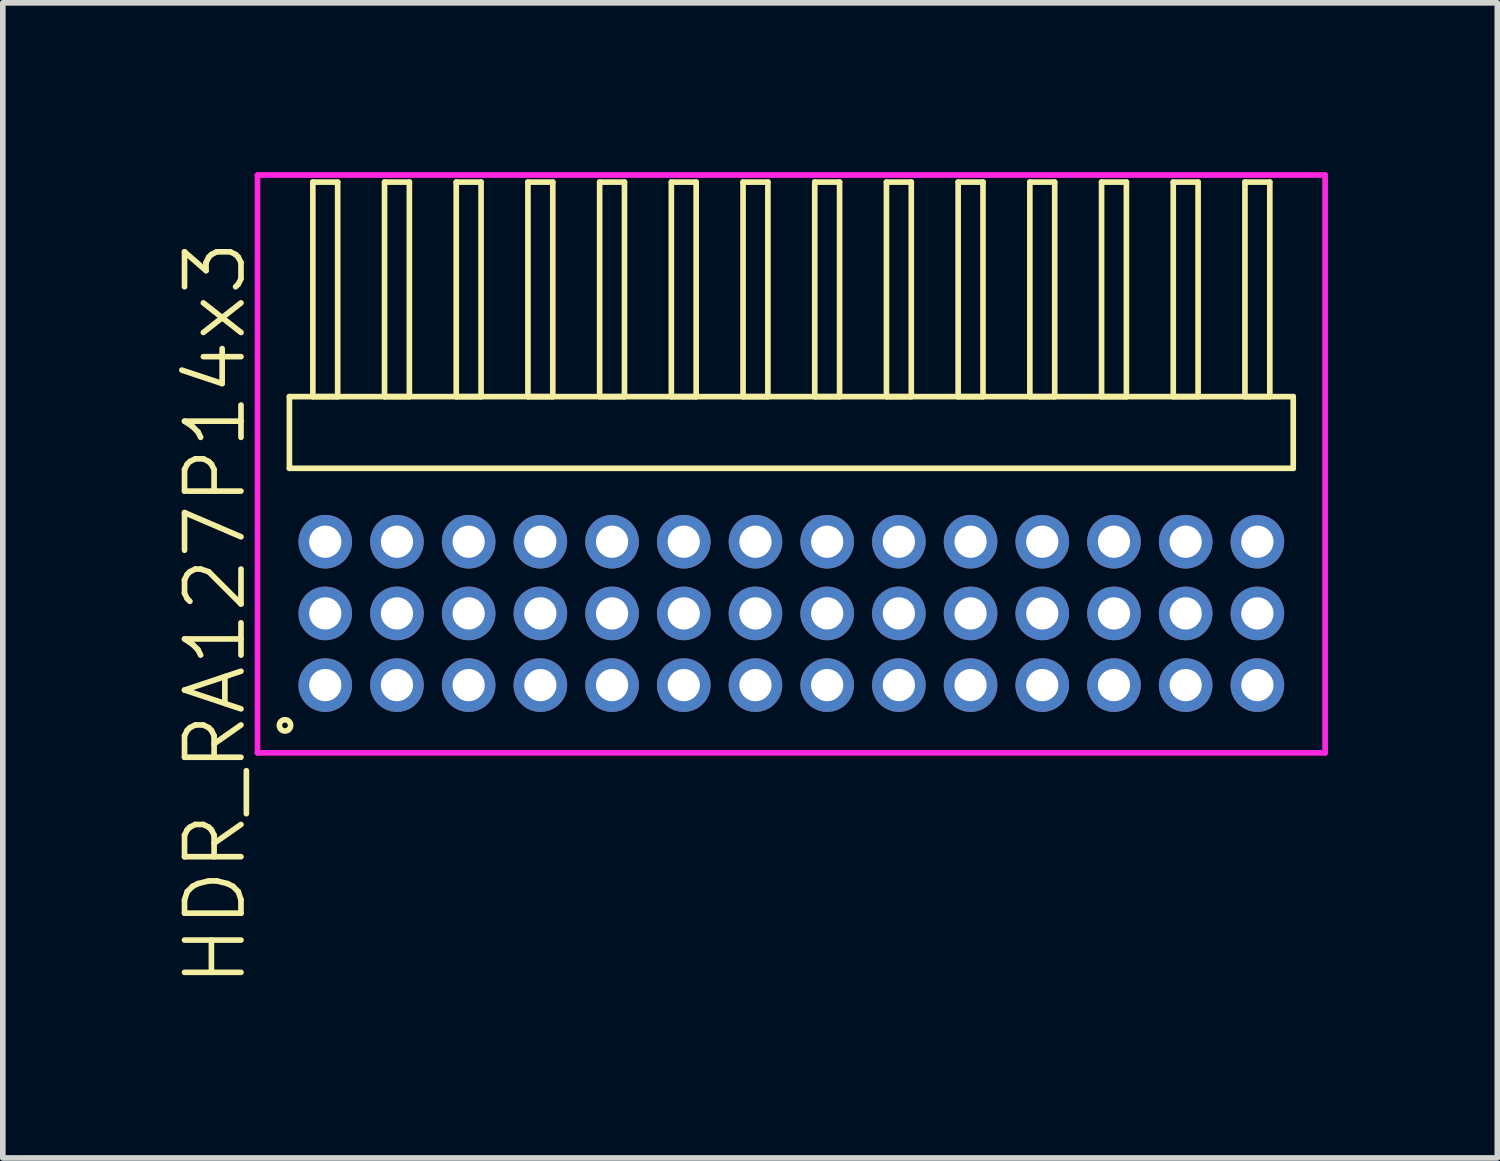
<source format=kicad_pcb>
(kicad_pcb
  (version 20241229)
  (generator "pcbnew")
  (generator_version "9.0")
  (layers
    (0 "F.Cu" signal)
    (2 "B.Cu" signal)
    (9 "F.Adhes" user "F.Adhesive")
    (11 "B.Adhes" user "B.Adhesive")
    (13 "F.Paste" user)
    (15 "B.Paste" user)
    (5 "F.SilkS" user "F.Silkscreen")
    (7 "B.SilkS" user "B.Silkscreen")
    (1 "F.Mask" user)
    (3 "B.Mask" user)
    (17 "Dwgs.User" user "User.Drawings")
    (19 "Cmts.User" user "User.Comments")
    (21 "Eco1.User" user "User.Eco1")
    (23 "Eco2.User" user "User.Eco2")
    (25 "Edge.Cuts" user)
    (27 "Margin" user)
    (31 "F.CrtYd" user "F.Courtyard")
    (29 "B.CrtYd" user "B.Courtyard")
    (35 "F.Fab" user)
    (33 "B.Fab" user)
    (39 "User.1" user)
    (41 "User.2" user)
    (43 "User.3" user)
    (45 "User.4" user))
  (footprint "HDR_RA127P14x3"
    (layer "F.Cu")
    (at 10.966 7.815)
    (property "Reference" "HDR_RA127P14x3" (at -10.205 0 90) (layer "F.SilkS") (effects (font (size 1 1) (thickness 0.1))))
    (attr through_hole)
    (fp_line (start -8.89 -3.84) (end -8.89 -2.57) (stroke (width 0.1) (type solid)) (layer "F.SilkS"))
    (fp_line (start -8.89 -2.57) (end 8.89 -2.57) (stroke (width 0.1) (type solid)) (layer "F.SilkS"))
    (fp_line (start -8.475 -7.64) (end -8.475 -3.84) (stroke (width 0.1) (type solid)) (layer "F.SilkS"))
    (fp_line (start -8.475 -3.84) (end -8.035 -3.84) (stroke (width 0.1) (type solid)) (layer "F.SilkS"))
    (fp_line (start -8.035 -7.64) (end -8.475 -7.64) (stroke (width 0.1) (type solid)) (layer "F.SilkS"))
    (fp_line (start -8.035 -3.84) (end -8.035 -7.64) (stroke (width 0.1) (type solid)) (layer "F.SilkS"))
    (fp_line (start -7.205 -7.64) (end -7.205 -3.84) (stroke (width 0.1) (type solid)) (layer "F.SilkS"))
    (fp_line (start -7.205 -3.84) (end -6.765 -3.84) (stroke (width 0.1) (type solid)) (layer "F.SilkS"))
    (fp_line (start -6.765 -7.64) (end -7.205 -7.64) (stroke (width 0.1) (type solid)) (layer "F.SilkS"))
    (fp_line (start -6.765 -3.84) (end -6.765 -7.64) (stroke (width 0.1) (type solid)) (layer "F.SilkS"))
    (fp_line (start -5.935 -7.64) (end -5.935 -3.84) (stroke (width 0.1) (type solid)) (layer "F.SilkS"))
    (fp_line (start -5.935 -3.84) (end -5.495 -3.84) (stroke (width 0.1) (type solid)) (layer "F.SilkS"))
    (fp_line (start -5.495 -7.64) (end -5.935 -7.64) (stroke (width 0.1) (type solid)) (layer "F.SilkS"))
    (fp_line (start -5.495 -3.84) (end -5.495 -7.64) (stroke (width 0.1) (type solid)) (layer "F.SilkS"))
    (fp_line (start -4.665 -7.64) (end -4.665 -3.84) (stroke (width 0.1) (type solid)) (layer "F.SilkS"))
    (fp_line (start -4.665 -3.84) (end -4.225 -3.84) (stroke (width 0.1) (type solid)) (layer "F.SilkS"))
    (fp_line (start -4.225 -7.64) (end -4.665 -7.64) (stroke (width 0.1) (type solid)) (layer "F.SilkS"))
    (fp_line (start -4.225 -3.84) (end -4.225 -7.64) (stroke (width 0.1) (type solid)) (layer "F.SilkS"))
    (fp_line (start -3.395 -7.64) (end -3.395 -3.84) (stroke (width 0.1) (type solid)) (layer "F.SilkS"))
    (fp_line (start -3.395 -3.84) (end -2.955 -3.84) (stroke (width 0.1) (type solid)) (layer "F.SilkS"))
    (fp_line (start -2.955 -7.64) (end -3.395 -7.64) (stroke (width 0.1) (type solid)) (layer "F.SilkS"))
    (fp_line (start -2.955 -3.84) (end -2.955 -7.64) (stroke (width 0.1) (type solid)) (layer "F.SilkS"))
    (fp_line (start -2.125 -7.64) (end -2.125 -3.84) (stroke (width 0.1) (type solid)) (layer "F.SilkS"))
    (fp_line (start -2.125 -3.84) (end -1.685 -3.84) (stroke (width 0.1) (type solid)) (layer "F.SilkS"))
    (fp_line (start -1.685 -7.64) (end -2.125 -7.64) (stroke (width 0.1) (type solid)) (layer "F.SilkS"))
    (fp_line (start -1.685 -3.84) (end -1.685 -7.64) (stroke (width 0.1) (type solid)) (layer "F.SilkS"))
    (fp_line (start -0.855 -7.64) (end -0.855 -3.84) (stroke (width 0.1) (type solid)) (layer "F.SilkS"))
    (fp_line (start -0.855 -3.84) (end -0.415 -3.84) (stroke (width 0.1) (type solid)) (layer "F.SilkS"))
    (fp_line (start -0.415 -7.64) (end -0.855 -7.64) (stroke (width 0.1) (type solid)) (layer "F.SilkS"))
    (fp_line (start -0.415 -3.84) (end -0.415 -7.64) (stroke (width 0.1) (type solid)) (layer "F.SilkS"))
    (fp_line (start 0.415 -7.64) (end 0.415 -3.84) (stroke (width 0.1) (type solid)) (layer "F.SilkS"))
    (fp_line (start 0.415 -3.84) (end 0.855 -3.84) (stroke (width 0.1) (type solid)) (layer "F.SilkS"))
    (fp_line (start 0.855 -7.64) (end 0.415 -7.64) (stroke (width 0.1) (type solid)) (layer "F.SilkS"))
    (fp_line (start 0.855 -3.84) (end 0.855 -7.64) (stroke (width 0.1) (type solid)) (layer "F.SilkS"))
    (fp_line (start 1.685 -7.64) (end 1.685 -3.84) (stroke (width 0.1) (type solid)) (layer "F.SilkS"))
    (fp_line (start 1.685 -3.84) (end 2.125 -3.84) (stroke (width 0.1) (type solid)) (layer "F.SilkS"))
    (fp_line (start 2.125 -7.64) (end 1.685 -7.64) (stroke (width 0.1) (type solid)) (layer "F.SilkS"))
    (fp_line (start 2.125 -3.84) (end 2.125 -7.64) (stroke (width 0.1) (type solid)) (layer "F.SilkS"))
    (fp_line (start 2.955 -7.64) (end 2.955 -3.84) (stroke (width 0.1) (type solid)) (layer "F.SilkS"))
    (fp_line (start 2.955 -3.84) (end 3.395 -3.84) (stroke (width 0.1) (type solid)) (layer "F.SilkS"))
    (fp_line (start 3.395 -7.64) (end 2.955 -7.64) (stroke (width 0.1) (type solid)) (layer "F.SilkS"))
    (fp_line (start 3.395 -3.84) (end 3.395 -7.64) (stroke (width 0.1) (type solid)) (layer "F.SilkS"))
    (fp_line (start 4.225 -7.64) (end 4.225 -3.84) (stroke (width 0.1) (type solid)) (layer "F.SilkS"))
    (fp_line (start 4.225 -3.84) (end 4.665 -3.84) (stroke (width 0.1) (type solid)) (layer "F.SilkS"))
    (fp_line (start 4.665 -7.64) (end 4.225 -7.64) (stroke (width 0.1) (type solid)) (layer "F.SilkS"))
    (fp_line (start 4.665 -3.84) (end 4.665 -7.64) (stroke (width 0.1) (type solid)) (layer "F.SilkS"))
    (fp_line (start 5.495 -7.64) (end 5.495 -3.84) (stroke (width 0.1) (type solid)) (layer "F.SilkS"))
    (fp_line (start 5.495 -3.84) (end 5.935 -3.84) (stroke (width 0.1) (type solid)) (layer "F.SilkS"))
    (fp_line (start 5.935 -7.64) (end 5.495 -7.64) (stroke (width 0.1) (type solid)) (layer "F.SilkS"))
    (fp_line (start 5.935 -3.84) (end 5.935 -7.64) (stroke (width 0.1) (type solid)) (layer "F.SilkS"))
    (fp_line (start 6.765 -7.64) (end 6.765 -3.84) (stroke (width 0.1) (type solid)) (layer "F.SilkS"))
    (fp_line (start 6.765 -3.84) (end 7.205 -3.84) (stroke (width 0.1) (type solid)) (layer "F.SilkS"))
    (fp_line (start 7.205 -7.64) (end 6.765 -7.64) (stroke (width 0.1) (type solid)) (layer "F.SilkS"))
    (fp_line (start 7.205 -3.84) (end 7.205 -7.64) (stroke (width 0.1) (type solid)) (layer "F.SilkS"))
    (fp_line (start 8.035 -7.64) (end 8.035 -3.84) (stroke (width 0.1) (type solid)) (layer "F.SilkS"))
    (fp_line (start 8.035 -3.84) (end 8.475 -3.84) (stroke (width 0.1) (type solid)) (layer "F.SilkS"))
    (fp_line (start 8.475 -7.64) (end 8.035 -7.64) (stroke (width 0.1) (type solid)) (layer "F.SilkS"))
    (fp_line (start 8.475 -3.84) (end 8.475 -7.64) (stroke (width 0.1) (type solid)) (layer "F.SilkS"))
    (fp_line (start 8.89 -3.84) (end -8.89 -3.84) (stroke (width 0.1) (type solid)) (layer "F.SilkS"))
    (fp_line (start 8.89 -2.57) (end 8.89 -3.84) (stroke (width 0.1) (type solid)) (layer "F.SilkS"))
    (fp_circle (center -8.968 1.983) (end -8.868 1.983) (stroke (width 0.1) (type solid)) (fill no) (layer "F.SilkS"))
    (fp_line (start -9.455 -7.765) (end -9.455 2.47) (stroke (width 0.1) (type solid)) (layer "F.CrtYd"))
    (fp_line (start -9.455 2.47) (end 9.455 2.47) (stroke (width 0.1) (type solid)) (layer "F.CrtYd"))
    (fp_line (start 9.455 -7.765) (end -9.455 -7.765) (stroke (width 0.1) (type solid)) (layer "F.CrtYd"))
    (fp_line (start 9.455 2.47) (end 9.455 -7.765) (stroke (width 0.1) (type solid)) (layer "F.CrtYd"))
    (pad "1" thru_hole oval (at -8.255 1.27) (size 0.95 0.95) (drill 0.57) (layers "*.Cu" "*.Mask"))
    (pad "2" thru_hole oval (at -8.255 0) (size 0.95 0.95) (drill 0.57) (layers "*.Cu" "*.Mask"))
    (pad "3" thru_hole oval (at -8.255 -1.27) (size 0.95 0.95) (drill 0.57) (layers "*.Cu" "*.Mask"))
    (pad "4" thru_hole oval (at -6.985 1.27) (size 0.95 0.95) (drill 0.57) (layers "*.Cu" "*.Mask"))
    (pad "5" thru_hole oval (at -6.985 0) (size 0.95 0.95) (drill 0.57) (layers "*.Cu" "*.Mask"))
    (pad "6" thru_hole oval (at -6.985 -1.27) (size 0.95 0.95) (drill 0.57) (layers "*.Cu" "*.Mask"))
    (pad "7" thru_hole oval (at -5.715 1.27) (size 0.95 0.95) (drill 0.57) (layers "*.Cu" "*.Mask"))
    (pad "8" thru_hole oval (at -5.715 0) (size 0.95 0.95) (drill 0.57) (layers "*.Cu" "*.Mask"))
    (pad "9" thru_hole oval (at -5.715 -1.27) (size 0.95 0.95) (drill 0.57) (layers "*.Cu" "*.Mask"))
    (pad "10" thru_hole oval (at -4.445 1.27) (size 0.95 0.95) (drill 0.57) (layers "*.Cu" "*.Mask"))
    (pad "11" thru_hole oval (at -4.445 0) (size 0.95 0.95) (drill 0.57) (layers "*.Cu" "*.Mask"))
    (pad "12" thru_hole oval (at -4.445 -1.27) (size 0.95 0.95) (drill 0.57) (layers "*.Cu" "*.Mask"))
    (pad "13" thru_hole oval (at -3.175 1.27) (size 0.95 0.95) (drill 0.57) (layers "*.Cu" "*.Mask"))
    (pad "14" thru_hole oval (at -3.175 0) (size 0.95 0.95) (drill 0.57) (layers "*.Cu" "*.Mask"))
    (pad "15" thru_hole oval (at -3.175 -1.27) (size 0.95 0.95) (drill 0.57) (layers "*.Cu" "*.Mask"))
    (pad "16" thru_hole oval (at -1.905 1.27) (size 0.95 0.95) (drill 0.57) (layers "*.Cu" "*.Mask"))
    (pad "17" thru_hole oval (at -1.905 0) (size 0.95 0.95) (drill 0.57) (layers "*.Cu" "*.Mask"))
    (pad "18" thru_hole oval (at -1.905 -1.27) (size 0.95 0.95) (drill 0.57) (layers "*.Cu" "*.Mask"))
    (pad "19" thru_hole oval (at -0.635 1.27) (size 0.95 0.95) (drill 0.57) (layers "*.Cu" "*.Mask"))
    (pad "20" thru_hole oval (at -0.635 0) (size 0.95 0.95) (drill 0.57) (layers "*.Cu" "*.Mask"))
    (pad "21" thru_hole oval (at -0.635 -1.27) (size 0.95 0.95) (drill 0.57) (layers "*.Cu" "*.Mask"))
    (pad "22" thru_hole oval (at 0.635 1.27) (size 0.95 0.95) (drill 0.57) (layers "*.Cu" "*.Mask"))
    (pad "23" thru_hole oval (at 0.635 0) (size 0.95 0.95) (drill 0.57) (layers "*.Cu" "*.Mask"))
    (pad "24" thru_hole oval (at 0.635 -1.27) (size 0.95 0.95) (drill 0.57) (layers "*.Cu" "*.Mask"))
    (pad "25" thru_hole oval (at 1.905 1.27) (size 0.95 0.95) (drill 0.57) (layers "*.Cu" "*.Mask"))
    (pad "26" thru_hole oval (at 1.905 0) (size 0.95 0.95) (drill 0.57) (layers "*.Cu" "*.Mask"))
    (pad "27" thru_hole oval (at 1.905 -1.27) (size 0.95 0.95) (drill 0.57) (layers "*.Cu" "*.Mask"))
    (pad "28" thru_hole oval (at 3.175 1.27) (size 0.95 0.95) (drill 0.57) (layers "*.Cu" "*.Mask"))
    (pad "29" thru_hole oval (at 3.175 0) (size 0.95 0.95) (drill 0.57) (layers "*.Cu" "*.Mask"))
    (pad "30" thru_hole oval (at 3.175 -1.27) (size 0.95 0.95) (drill 0.57) (layers "*.Cu" "*.Mask"))
    (pad "31" thru_hole oval (at 4.445 1.27) (size 0.95 0.95) (drill 0.57) (layers "*.Cu" "*.Mask"))
    (pad "32" thru_hole oval (at 4.445 0) (size 0.95 0.95) (drill 0.57) (layers "*.Cu" "*.Mask"))
    (pad "33" thru_hole oval (at 4.445 -1.27) (size 0.95 0.95) (drill 0.57) (layers "*.Cu" "*.Mask"))
    (pad "34" thru_hole oval (at 5.715 1.27) (size 0.95 0.95) (drill 0.57) (layers "*.Cu" "*.Mask"))
    (pad "35" thru_hole oval (at 5.715 0) (size 0.95 0.95) (drill 0.57) (layers "*.Cu" "*.Mask"))
    (pad "36" thru_hole oval (at 5.715 -1.27) (size 0.95 0.95) (drill 0.57) (layers "*.Cu" "*.Mask"))
    (pad "37" thru_hole oval (at 6.985 1.27) (size 0.95 0.95) (drill 0.57) (layers "*.Cu" "*.Mask"))
    (pad "38" thru_hole oval (at 6.985 0) (size 0.95 0.95) (drill 0.57) (layers "*.Cu" "*.Mask"))
    (pad "39" thru_hole oval (at 6.985 -1.27) (size 0.95 0.95) (drill 0.57) (layers "*.Cu" "*.Mask"))
    (pad "40" thru_hole oval (at 8.255 1.27) (size 0.95 0.95) (drill 0.57) (layers "*.Cu" "*.Mask"))
    (pad "41" thru_hole oval (at 8.255 0) (size 0.95 0.95) (drill 0.57) (layers "*.Cu" "*.Mask"))
    (pad "42" thru_hole oval (at 8.255 -1.27) (size 0.95 0.95) (drill 0.57) (layers "*.Cu" "*.Mask")))
  (gr_rect
    (start -3 -3)
    (end 23.471 17.46)
    (stroke (width 0.1) (type default))
    (fill no)
    (layer "Edge.Cuts")))
</source>
